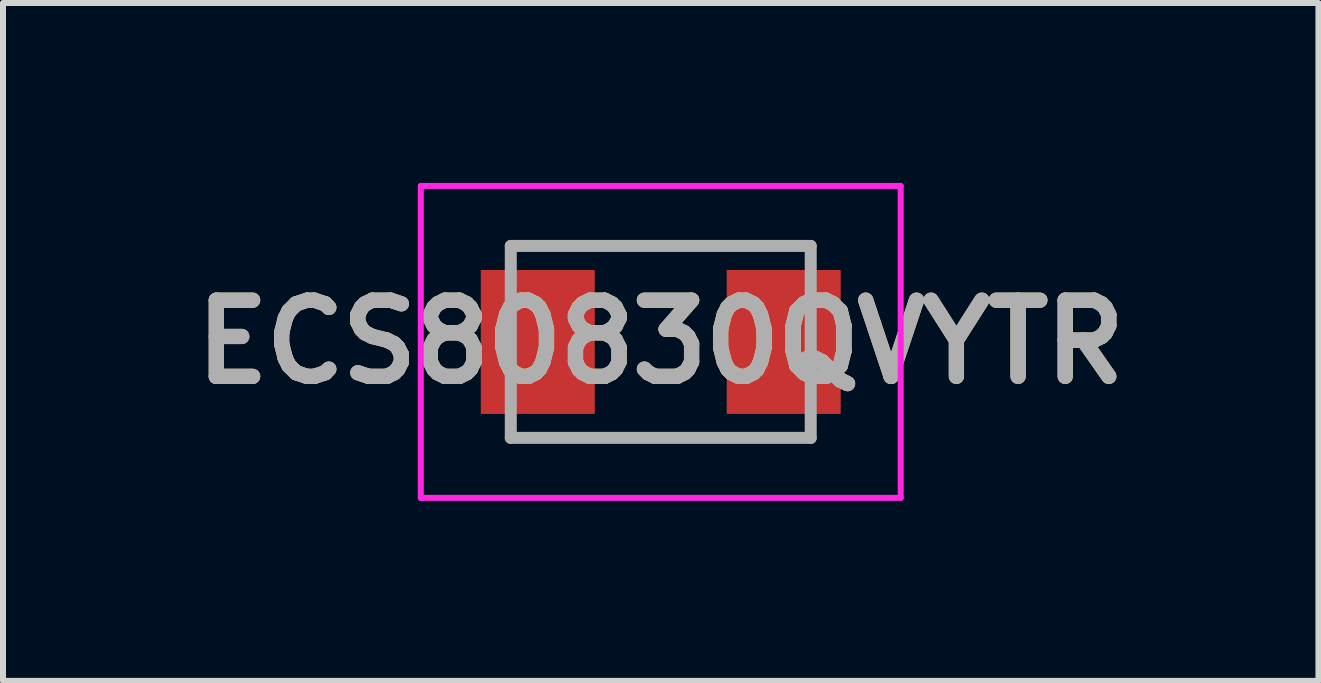
<source format=kicad_pcb>
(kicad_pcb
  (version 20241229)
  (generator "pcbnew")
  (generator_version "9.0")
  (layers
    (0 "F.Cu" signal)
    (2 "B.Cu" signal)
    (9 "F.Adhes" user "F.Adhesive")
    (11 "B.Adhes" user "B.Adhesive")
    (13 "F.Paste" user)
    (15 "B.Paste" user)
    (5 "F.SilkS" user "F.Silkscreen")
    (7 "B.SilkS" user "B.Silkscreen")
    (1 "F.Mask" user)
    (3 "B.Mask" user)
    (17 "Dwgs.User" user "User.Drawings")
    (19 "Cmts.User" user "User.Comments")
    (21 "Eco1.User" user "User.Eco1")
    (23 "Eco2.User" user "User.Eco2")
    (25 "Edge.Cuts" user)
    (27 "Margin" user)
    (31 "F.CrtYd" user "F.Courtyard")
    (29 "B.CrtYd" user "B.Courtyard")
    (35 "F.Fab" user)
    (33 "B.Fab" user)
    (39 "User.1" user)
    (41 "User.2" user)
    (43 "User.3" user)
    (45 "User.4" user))
  (footprint "ECS80830QVYTR"
    (layer "F.Cu")
    (at 7.965 2.65)
    (property "Reference" "ECS80830QVYTR" (at 0 0 0) (layer "F.SilkS") (effects (font (size 1.27 1.27) (thickness 0.254))))
    (attr smd)
    (fp_line (start -2.4 -1.6) (end 2.5 -1.6) (stroke (width 0.1) (type solid)) (layer "F.SilkS"))
    (fp_line (start -2.4 1.6) (end 2.5 1.6) (stroke (width 0.1) (type solid)) (layer "F.SilkS"))
    (fp_line (start -4 -2.6) (end 4 -2.6) (stroke (width 0.1) (type solid)) (layer "F.CrtYd"))
    (fp_line (start -4 2.6) (end -4 -2.6) (stroke (width 0.1) (type solid)) (layer "F.CrtYd"))
    (fp_line (start 4 -2.6) (end 4 2.6) (stroke (width 0.1) (type solid)) (layer "F.CrtYd"))
    (fp_line (start 4 2.6) (end -4 2.6) (stroke (width 0.1) (type solid)) (layer "F.CrtYd"))
    (fp_line (start -2.5 -1.6) (end 2.5 -1.6) (stroke (width 0.2) (type solid)) (layer "F.Fab"))
    (fp_line (start -2.5 1.6) (end -2.5 -1.6) (stroke (width 0.2) (type solid)) (layer "F.Fab"))
    (fp_line (start 2.5 -1.6) (end 2.5 1.6) (stroke (width 0.2) (type solid)) (layer "F.Fab"))
    (fp_line (start 2.5 1.6) (end -2.5 1.6) (stroke (width 0.2) (type solid)) (layer "F.Fab"))
    (fp_text user "${REFERENCE}" (at 0 0 0) (layer "F.Fab") (effects (font (size 1.27 1.27) (thickness 0.254))))
    (pad "1" smd rect (at -2.05 0) (size 1.9 2.4) (layers "F.Cu" "F.Mask" "F.Paste"))
    (pad "2" smd rect (at 2.05 0) (size 1.9 2.4) (layers "F.Cu" "F.Mask" "F.Paste")))
  (gr_rect
    (start -3 -3)
    (end 18.929 8.3)
    (stroke (width 0.1) (type default))
    (fill no)
    (layer "Edge.Cuts")))
</source>
